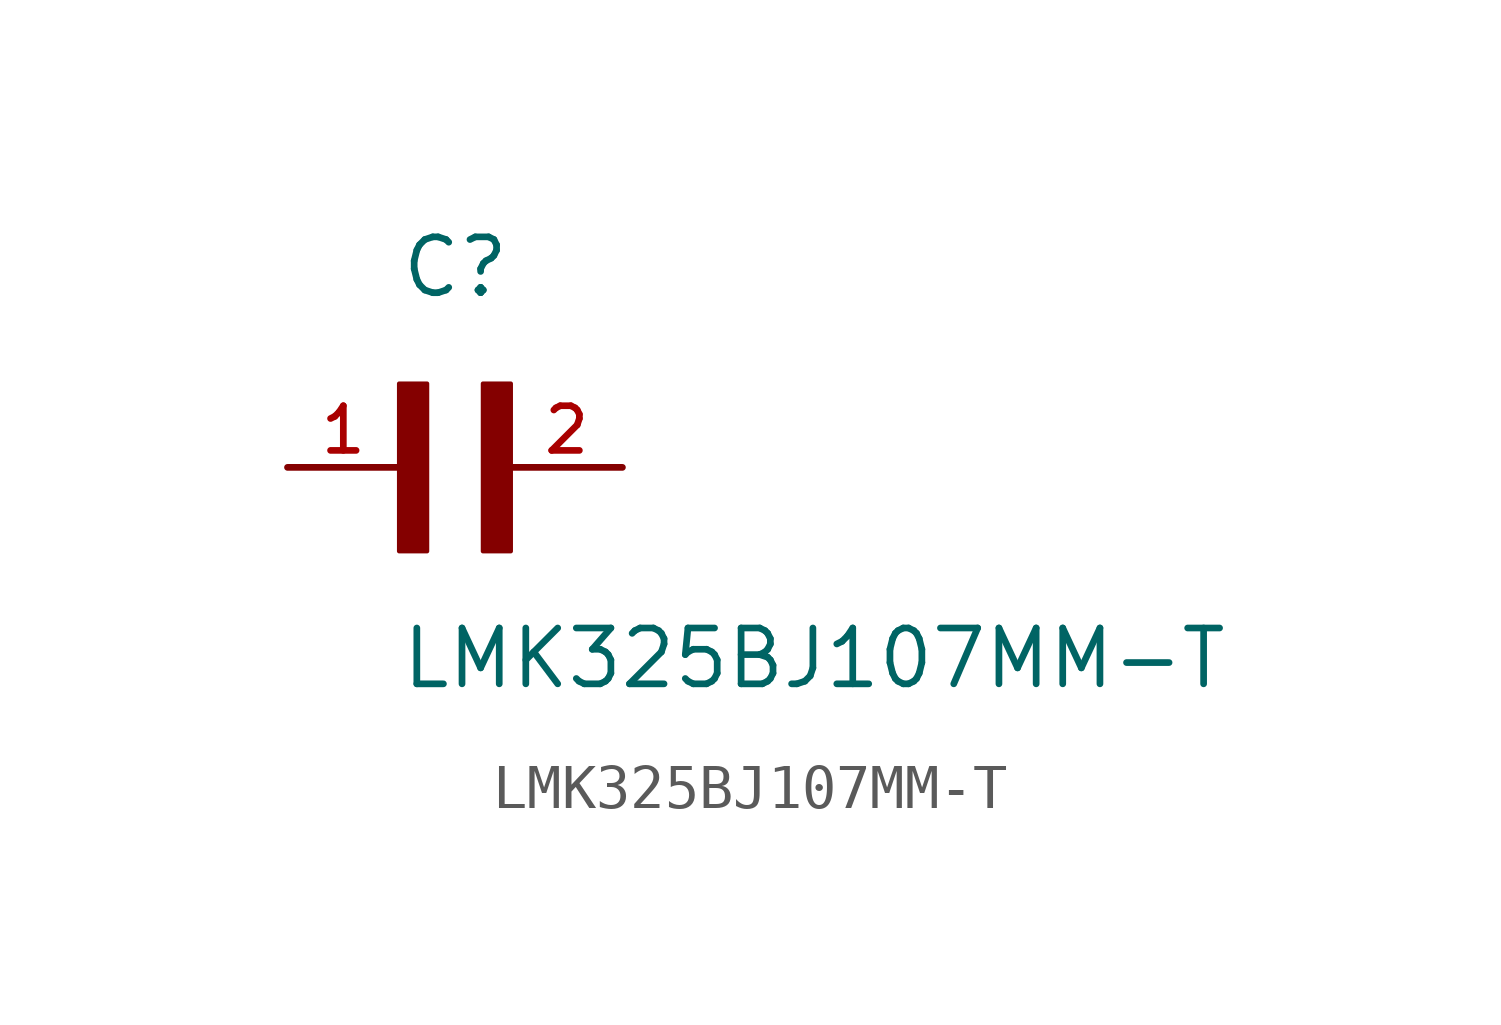
<source format=kicad_sym>
(kicad_symbol_lib
  (version 20211014)
  (generator kicad_symbol_editor)
  (symbol "LMK325BJ107MM-T"
    (pin_names
      (offset 1.016))
    (property "Reference" "C"
      (at 0.0 3.811 0)
      (effects (font (size 1.27 1.27)) (justify bottom left)))
    (property "Value" "LMK325BJ107MM-T"
      (at 0.0 -5.088 0)
      (effects (font (size 1.27 1.27)) (justify bottom left)))
    (symbol "LMK325BJ107MM-T_0_0"
      (rectangle (start 0.0 -1.907) (end 0.635 1.905) (stroke (width 0.1)) (fill (type outline)))
      (rectangle (start 1.907 -1.907) (end 2.54 1.905) (stroke (width 0.1)) (fill (type outline)))
      (pin passive line (at 5.08 0.0 180.0) (length 2.54) (name "~" (effects (font (size 1.016 1.016)))) (number "2" (effects (font (size 1.016 1.016)))))
      (pin passive line (at -2.54 0.0 0) (length 2.54) (name "~" (effects (font (size 1.016 1.016)))) (number "1" (effects (font (size 1.016 1.016))))))))
</source>
